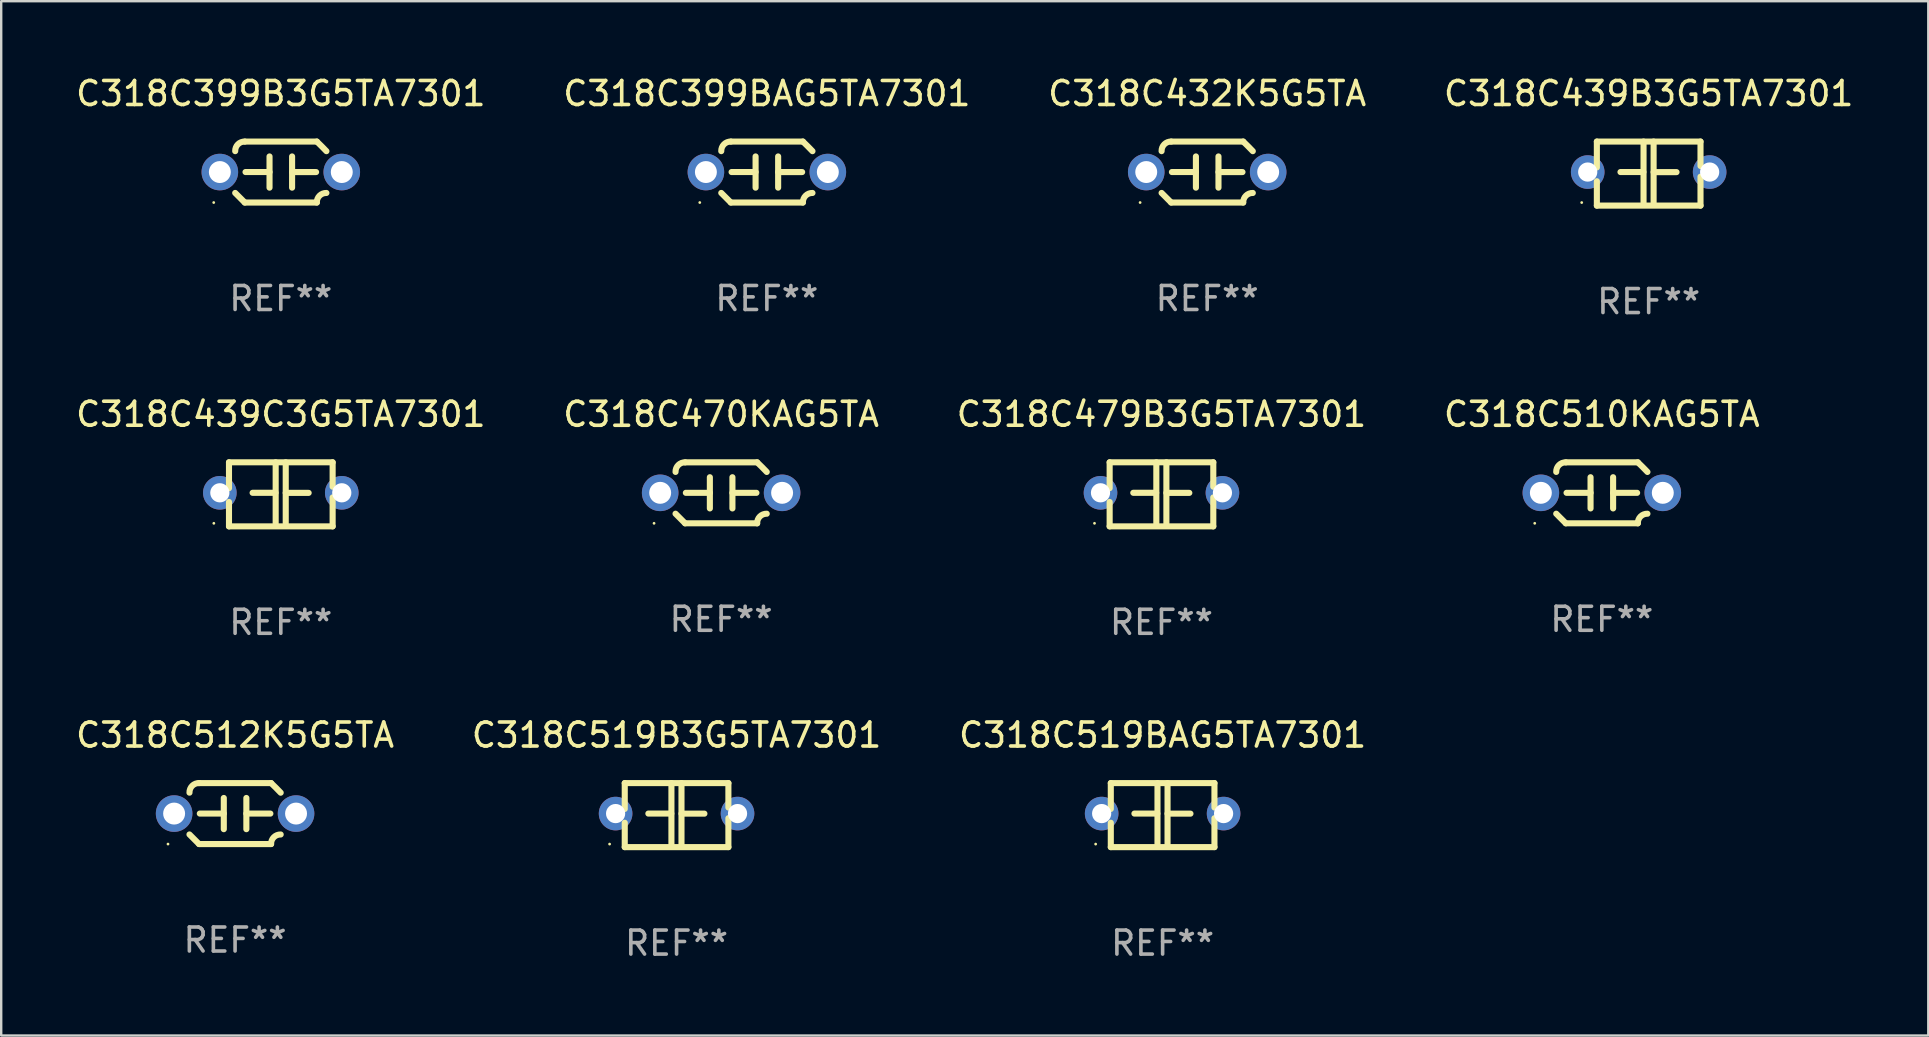
<source format=kicad_pcb>
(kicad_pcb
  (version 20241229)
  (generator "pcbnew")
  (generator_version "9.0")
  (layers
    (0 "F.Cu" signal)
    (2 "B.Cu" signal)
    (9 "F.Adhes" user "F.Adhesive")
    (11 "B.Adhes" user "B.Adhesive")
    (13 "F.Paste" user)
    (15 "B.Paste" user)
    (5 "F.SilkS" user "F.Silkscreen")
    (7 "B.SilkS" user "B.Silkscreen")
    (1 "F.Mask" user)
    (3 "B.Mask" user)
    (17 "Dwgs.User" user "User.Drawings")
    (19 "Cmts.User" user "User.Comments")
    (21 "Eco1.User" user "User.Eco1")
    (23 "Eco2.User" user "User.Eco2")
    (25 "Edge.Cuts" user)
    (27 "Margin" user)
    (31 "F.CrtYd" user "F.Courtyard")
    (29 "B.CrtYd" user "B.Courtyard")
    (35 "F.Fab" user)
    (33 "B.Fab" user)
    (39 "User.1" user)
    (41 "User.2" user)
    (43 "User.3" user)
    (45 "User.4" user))
  (footprint "C318C512K5G5TA"
    (layer "F.Cu")
    (at 6.744 30.845)
    (property "Reference" "C318C512K5G5TA" (at 0 -3.27 0) (layer "F.SilkS") (effects (font (size 1 1) (thickness 0.15))))
    (attr through_hole)
    (fp_line (start -1.5 -1.27) (end 1.5 -1.27) (stroke (width 0.254) (type solid)) (layer "F.SilkS"))
    (fp_line (start -0.47 -0.65) (end -0.47 0.65) (stroke (width 0.254) (type solid)) (layer "F.SilkS"))
    (fp_line (start -0.47 -0.000381) (end -1.47 -0.000381) (stroke (width 0.254) (type solid)) (layer "F.SilkS"))
    (fp_line (start 0.47 0.000356) (end 1.47 0.000356) (stroke (width 0.254) (type solid)) (layer "F.SilkS"))
    (fp_line (start 0.47 0.65) (end 0.47 -0.65) (stroke (width 0.254) (type solid)) (layer "F.SilkS"))
    (fp_line (start 1.5 1.27) (end -1.5 1.27) (stroke (width 0.254) (type solid)) (layer "F.SilkS"))
    (fp_arc (start -1.899924 -0.871221) (mid -1.78599 -1.156887) (end -1.5 -1.270003) (stroke (width 0.254001) (type solid)) (layer "F.SilkS"))
    (fp_arc (start -1.501217 1.269929) (mid -1.700682 1.070039) (end -1.9 0.870003) (stroke (width 0.254001) (type solid)) (layer "F.SilkS"))
    (fp_arc (start 1.5 1.270003) (mid 1.614112 0.984517) (end 1.899923 0.871222) (stroke (width 0.254001) (type solid)) (layer "F.SilkS"))
    (fp_arc (start 1.501219 -1.269927) (mid 1.70319 -1.072538) (end 1.9 -0.870003) (stroke (width 0.254001) (type solid)) (layer "F.SilkS"))
    (fp_circle (center -2.795 1.27) (end -2.765 1.27) (stroke (width 0.06) (type solid)) (fill no) (layer "F.SilkS"))
    (fp_text user "REF**" (at 0 5.27 0) (layer "F.Fab") (effects (font (size 1 1) (thickness 0.15))))
    (pad "1" thru_hole circle (at -2.54 0) (size 1.524 1.524) (drill 0.914) (layers "*.Cu" "*.Mask"))
    (pad "2" thru_hole circle (at 2.54 0) (size 1.524 1.524) (drill 0.914) (layers "*.Cu" "*.Mask")))
  (footprint "C318C470KAG5TA"
    (layer "F.Cu")
    (at 26.994 17.482)
    (property "Reference" "C318C470KAG5TA" (at 0 -3.27 0) (layer "F.SilkS") (effects (font (size 1 1) (thickness 0.15))))
    (attr through_hole)
    (fp_line (start -1.5 -1.27) (end 1.5 -1.27) (stroke (width 0.254) (type solid)) (layer "F.SilkS"))
    (fp_line (start -0.47 -0.65) (end -0.47 0.65) (stroke (width 0.254) (type solid)) (layer "F.SilkS"))
    (fp_line (start -0.47 -0.000381) (end -1.47 -0.000381) (stroke (width 0.254) (type solid)) (layer "F.SilkS"))
    (fp_line (start 0.47 0.000356) (end 1.47 0.000356) (stroke (width 0.254) (type solid)) (layer "F.SilkS"))
    (fp_line (start 0.47 0.65) (end 0.47 -0.65) (stroke (width 0.254) (type solid)) (layer "F.SilkS"))
    (fp_line (start 1.5 1.27) (end -1.5 1.27) (stroke (width 0.254) (type solid)) (layer "F.SilkS"))
    (fp_arc (start -1.899924 -0.871221) (mid -1.78599 -1.156887) (end -1.5 -1.270003) (stroke (width 0.254001) (type solid)) (layer "F.SilkS"))
    (fp_arc (start -1.501217 1.269929) (mid -1.700682 1.070039) (end -1.9 0.870003) (stroke (width 0.254001) (type solid)) (layer "F.SilkS"))
    (fp_arc (start 1.5 1.270003) (mid 1.614112 0.984517) (end 1.899923 0.871222) (stroke (width 0.254001) (type solid)) (layer "F.SilkS"))
    (fp_arc (start 1.501219 -1.269927) (mid 1.70319 -1.072538) (end 1.9 -0.870003) (stroke (width 0.254001) (type solid)) (layer "F.SilkS"))
    (fp_circle (center -2.795 1.27) (end -2.765 1.27) (stroke (width 0.06) (type solid)) (fill no) (layer "F.SilkS"))
    (fp_text user "REF**" (at 0 5.27 0) (layer "F.Fab") (effects (font (size 1 1) (thickness 0.15))))
    (pad "1" thru_hole circle (at -2.54 0) (size 1.524 1.524) (drill 0.914) (layers "*.Cu" "*.Mask"))
    (pad "2" thru_hole circle (at 2.54 0) (size 1.524 1.524) (drill 0.914) (layers "*.Cu" "*.Mask")))
  (footprint "C318C439B3G5TA7301"
    (layer "F.Cu")
    (at 65.637 4.182)
    (property "Reference" "C318C439B3G5TA7301" (at 0 -3.334 0) (layer "F.SilkS") (effects (font (size 1 1) (thickness 0.15))))
    (attr through_hole)
    (fp_line (start -2.159 -1.334) (end 2.159 -1.334) (stroke (width 0.254) (type solid)) (layer "F.SilkS"))
    (fp_line (start -2.159 -0.256) (end -2.159 -1.334) (stroke (width 0.254) (type solid)) (layer "F.SilkS"))
    (fp_line (start -2.159 1.334) (end -2.159 0.318) (stroke (width 0.254) (type solid)) (layer "F.SilkS"))
    (fp_line (start -0.22 -0.064) (end -1.175 -0.064) (stroke (width 0.254) (type solid)) (layer "F.SilkS"))
    (fp_line (start -0.214 -1.334) (end -0.214 1.207) (stroke (width 0.254) (type solid)) (layer "F.SilkS"))
    (fp_line (start 0.205 -1.334) (end 0.205 1.207) (stroke (width 0.254) (type solid)) (layer "F.SilkS"))
    (fp_line (start 0.205 -0.061) (end 1.16 -0.061) (stroke (width 0.254) (type solid)) (layer "F.SilkS"))
    (fp_line (start 2.159 -1.334) (end 2.159 -0.318) (stroke (width 0.254) (type solid)) (layer "F.SilkS"))
    (fp_line (start 2.159 0.129) (end 2.159 1.334) (stroke (width 0.254) (type solid)) (layer "F.SilkS"))
    (fp_line (start 2.159 1.334) (end -2.159 1.334) (stroke (width 0.254) (type solid)) (layer "F.SilkS"))
    (fp_circle (center -2.79 1.207) (end -2.76 1.207) (stroke (width 0.06) (type solid)) (fill no) (layer "F.SilkS"))
    (fp_text user "REF**" (at 0 5.334 0) (layer "F.Fab") (effects (font (size 1 1) (thickness 0.15))))
    (pad "1" thru_hole circle (at -2.54 -0.064) (size 1.4 1.4) (drill 0.8) (layers "*.Cu" "*.Mask"))
    (pad "2" thru_hole circle (at 2.54 -0.064) (size 1.4 1.4) (drill 0.8) (layers "*.Cu" "*.Mask")))
  (footprint "C318C439C3G5TA7301"
    (layer "F.Cu")
    (at 8.649 17.545)
    (property "Reference" "C318C439C3G5TA7301" (at 0 -3.334 0) (layer "F.SilkS") (effects (font (size 1 1) (thickness 0.15))))
    (attr through_hole)
    (fp_line (start -2.159 -1.334) (end 2.159 -1.334) (stroke (width 0.254) (type solid)) (layer "F.SilkS"))
    (fp_line (start -2.159 -0.256) (end -2.159 -1.334) (stroke (width 0.254) (type solid)) (layer "F.SilkS"))
    (fp_line (start -2.159 1.334) (end -2.159 0.318) (stroke (width 0.254) (type solid)) (layer "F.SilkS"))
    (fp_line (start -0.22 -0.064) (end -1.175 -0.064) (stroke (width 0.254) (type solid)) (layer "F.SilkS"))
    (fp_line (start -0.214 -1.334) (end -0.214 1.207) (stroke (width 0.254) (type solid)) (layer "F.SilkS"))
    (fp_line (start 0.205 -1.334) (end 0.205 1.207) (stroke (width 0.254) (type solid)) (layer "F.SilkS"))
    (fp_line (start 0.205 -0.061) (end 1.16 -0.061) (stroke (width 0.254) (type solid)) (layer "F.SilkS"))
    (fp_line (start 2.159 -1.334) (end 2.159 -0.318) (stroke (width 0.254) (type solid)) (layer "F.SilkS"))
    (fp_line (start 2.159 0.129) (end 2.159 1.334) (stroke (width 0.254) (type solid)) (layer "F.SilkS"))
    (fp_line (start 2.159 1.334) (end -2.159 1.334) (stroke (width 0.254) (type solid)) (layer "F.SilkS"))
    (fp_circle (center -2.79 1.207) (end -2.76 1.207) (stroke (width 0.06) (type solid)) (fill no) (layer "F.SilkS"))
    (fp_text user "REF**" (at 0 5.334 0) (layer "F.Fab") (effects (font (size 1 1) (thickness 0.15))))
    (pad "1" thru_hole circle (at -2.54 -0.064) (size 1.4 1.4) (drill 0.8) (layers "*.Cu" "*.Mask"))
    (pad "2" thru_hole circle (at 2.54 -0.064) (size 1.4 1.4) (drill 0.8) (layers "*.Cu" "*.Mask")))
  (footprint "C318C479B3G5TA7301"
    (layer "F.Cu")
    (at 45.339 17.545)
    (property "Reference" "C318C479B3G5TA7301" (at 0 -3.334 0) (layer "F.SilkS") (effects (font (size 1 1) (thickness 0.15))))
    (attr through_hole)
    (fp_line (start -2.159 -1.334) (end 2.159 -1.334) (stroke (width 0.254) (type solid)) (layer "F.SilkS"))
    (fp_line (start -2.159 -0.256) (end -2.159 -1.334) (stroke (width 0.254) (type solid)) (layer "F.SilkS"))
    (fp_line (start -2.159 1.334) (end -2.159 0.318) (stroke (width 0.254) (type solid)) (layer "F.SilkS"))
    (fp_line (start -0.22 -0.064) (end -1.175 -0.064) (stroke (width 0.254) (type solid)) (layer "F.SilkS"))
    (fp_line (start -0.214 -1.334) (end -0.214 1.207) (stroke (width 0.254) (type solid)) (layer "F.SilkS"))
    (fp_line (start 0.205 -1.334) (end 0.205 1.207) (stroke (width 0.254) (type solid)) (layer "F.SilkS"))
    (fp_line (start 0.205 -0.061) (end 1.16 -0.061) (stroke (width 0.254) (type solid)) (layer "F.SilkS"))
    (fp_line (start 2.159 -1.334) (end 2.159 -0.318) (stroke (width 0.254) (type solid)) (layer "F.SilkS"))
    (fp_line (start 2.159 0.129) (end 2.159 1.334) (stroke (width 0.254) (type solid)) (layer "F.SilkS"))
    (fp_line (start 2.159 1.334) (end -2.159 1.334) (stroke (width 0.254) (type solid)) (layer "F.SilkS"))
    (fp_circle (center -2.79 1.207) (end -2.76 1.207) (stroke (width 0.06) (type solid)) (fill no) (layer "F.SilkS"))
    (fp_text user "REF**" (at 0 5.334 0) (layer "F.Fab") (effects (font (size 1 1) (thickness 0.15))))
    (pad "1" thru_hole circle (at -2.54 -0.064) (size 1.4 1.4) (drill 0.8) (layers "*.Cu" "*.Mask"))
    (pad "2" thru_hole circle (at 2.54 -0.064) (size 1.4 1.4) (drill 0.8) (layers "*.Cu" "*.Mask")))
  (footprint "C318C399BAG5TA7301"
    (layer "F.Cu")
    (at 28.899 4.118)
    (property "Reference" "C318C399BAG5TA7301" (at 0 -3.27 0) (layer "F.SilkS") (effects (font (size 1 1) (thickness 0.15))))
    (attr through_hole)
    (fp_line (start -1.5 -1.27) (end 1.5 -1.27) (stroke (width 0.254) (type solid)) (layer "F.SilkS"))
    (fp_line (start -0.47 -0.65) (end -0.47 0.65) (stroke (width 0.254) (type solid)) (layer "F.SilkS"))
    (fp_line (start -0.47 -0.000381) (end -1.47 -0.000381) (stroke (width 0.254) (type solid)) (layer "F.SilkS"))
    (fp_line (start 0.47 0.000356) (end 1.47 0.000356) (stroke (width 0.254) (type solid)) (layer "F.SilkS"))
    (fp_line (start 0.47 0.65) (end 0.47 -0.65) (stroke (width 0.254) (type solid)) (layer "F.SilkS"))
    (fp_line (start 1.5 1.27) (end -1.5 1.27) (stroke (width 0.254) (type solid)) (layer "F.SilkS"))
    (fp_arc (start -1.899924 -0.871221) (mid -1.78599 -1.156887) (end -1.5 -1.270003) (stroke (width 0.254001) (type solid)) (layer "F.SilkS"))
    (fp_arc (start -1.501217 1.269929) (mid -1.700682 1.070039) (end -1.9 0.870003) (stroke (width 0.254001) (type solid)) (layer "F.SilkS"))
    (fp_arc (start 1.5 1.270003) (mid 1.614112 0.984517) (end 1.899923 0.871222) (stroke (width 0.254001) (type solid)) (layer "F.SilkS"))
    (fp_arc (start 1.501219 -1.269927) (mid 1.70319 -1.072538) (end 1.9 -0.870003) (stroke (width 0.254001) (type solid)) (layer "F.SilkS"))
    (fp_circle (center -2.795 1.27) (end -2.765 1.27) (stroke (width 0.06) (type solid)) (fill no) (layer "F.SilkS"))
    (fp_text user "REF**" (at 0 5.27 0) (layer "F.Fab") (effects (font (size 1 1) (thickness 0.15))))
    (pad "1" thru_hole circle (at -2.54 0) (size 1.524 1.524) (drill 0.914) (layers "*.Cu" "*.Mask"))
    (pad "2" thru_hole circle (at 2.54 0) (size 1.524 1.524) (drill 0.914) (layers "*.Cu" "*.Mask")))
  (footprint "C318C510KAG5TA"
    (layer "F.Cu")
    (at 63.685 17.482)
    (property "Reference" "C318C510KAG5TA" (at 0 -3.27 0) (layer "F.SilkS") (effects (font (size 1 1) (thickness 0.15))))
    (attr through_hole)
    (fp_line (start -1.5 -1.27) (end 1.5 -1.27) (stroke (width 0.254) (type solid)) (layer "F.SilkS"))
    (fp_line (start -0.47 -0.65) (end -0.47 0.65) (stroke (width 0.254) (type solid)) (layer "F.SilkS"))
    (fp_line (start -0.47 -0.000381) (end -1.47 -0.000381) (stroke (width 0.254) (type solid)) (layer "F.SilkS"))
    (fp_line (start 0.47 0.000356) (end 1.47 0.000356) (stroke (width 0.254) (type solid)) (layer "F.SilkS"))
    (fp_line (start 0.47 0.65) (end 0.47 -0.65) (stroke (width 0.254) (type solid)) (layer "F.SilkS"))
    (fp_line (start 1.5 1.27) (end -1.5 1.27) (stroke (width 0.254) (type solid)) (layer "F.SilkS"))
    (fp_arc (start -1.899924 -0.871221) (mid -1.78599 -1.156887) (end -1.5 -1.270003) (stroke (width 0.254001) (type solid)) (layer "F.SilkS"))
    (fp_arc (start -1.501217 1.269929) (mid -1.700682 1.070039) (end -1.9 0.870003) (stroke (width 0.254001) (type solid)) (layer "F.SilkS"))
    (fp_arc (start 1.5 1.270003) (mid 1.614112 0.984517) (end 1.899923 0.871222) (stroke (width 0.254001) (type solid)) (layer "F.SilkS"))
    (fp_arc (start 1.501219 -1.269927) (mid 1.70319 -1.072538) (end 1.9 -0.870003) (stroke (width 0.254001) (type solid)) (layer "F.SilkS"))
    (fp_circle (center -2.795 1.27) (end -2.765 1.27) (stroke (width 0.06) (type solid)) (fill no) (layer "F.SilkS"))
    (fp_text user "REF**" (at 0 5.27 0) (layer "F.Fab") (effects (font (size 1 1) (thickness 0.15))))
    (pad "1" thru_hole circle (at -2.54 0) (size 1.524 1.524) (drill 0.914) (layers "*.Cu" "*.Mask"))
    (pad "2" thru_hole circle (at 2.54 0) (size 1.524 1.524) (drill 0.914) (layers "*.Cu" "*.Mask")))
  (footprint "C318C519B3G5TA7301"
    (layer "F.Cu")
    (at 25.137 30.909)
    (property "Reference" "C318C519B3G5TA7301" (at 0 -3.334 0) (layer "F.SilkS") (effects (font (size 1 1) (thickness 0.15))))
    (attr through_hole)
    (fp_line (start -2.159 -1.334) (end 2.159 -1.334) (stroke (width 0.254) (type solid)) (layer "F.SilkS"))
    (fp_line (start -2.159 -0.256) (end -2.159 -1.334) (stroke (width 0.254) (type solid)) (layer "F.SilkS"))
    (fp_line (start -2.159 1.334) (end -2.159 0.318) (stroke (width 0.254) (type solid)) (layer "F.SilkS"))
    (fp_line (start -0.22 -0.064) (end -1.175 -0.064) (stroke (width 0.254) (type solid)) (layer "F.SilkS"))
    (fp_line (start -0.214 -1.334) (end -0.214 1.207) (stroke (width 0.254) (type solid)) (layer "F.SilkS"))
    (fp_line (start 0.205 -1.334) (end 0.205 1.207) (stroke (width 0.254) (type solid)) (layer "F.SilkS"))
    (fp_line (start 0.205 -0.061) (end 1.16 -0.061) (stroke (width 0.254) (type solid)) (layer "F.SilkS"))
    (fp_line (start 2.159 -1.334) (end 2.159 -0.318) (stroke (width 0.254) (type solid)) (layer "F.SilkS"))
    (fp_line (start 2.159 0.129) (end 2.159 1.334) (stroke (width 0.254) (type solid)) (layer "F.SilkS"))
    (fp_line (start 2.159 1.334) (end -2.159 1.334) (stroke (width 0.254) (type solid)) (layer "F.SilkS"))
    (fp_circle (center -2.79 1.207) (end -2.76 1.207) (stroke (width 0.06) (type solid)) (fill no) (layer "F.SilkS"))
    (fp_text user "REF**" (at 0 5.334 0) (layer "F.Fab") (effects (font (size 1 1) (thickness 0.15))))
    (pad "1" thru_hole circle (at -2.54 -0.064) (size 1.4 1.4) (drill 0.8) (layers "*.Cu" "*.Mask"))
    (pad "2" thru_hole circle (at 2.54 -0.064) (size 1.4 1.4) (drill 0.8) (layers "*.Cu" "*.Mask")))
  (footprint "C318C399B3G5TA7301"
    (layer "F.Cu")
    (at 8.649 4.118)
    (property "Reference" "C318C399B3G5TA7301" (at 0 -3.27 0) (layer "F.SilkS") (effects (font (size 1 1) (thickness 0.15))))
    (attr through_hole)
    (fp_line (start -1.5 -1.27) (end 1.5 -1.27) (stroke (width 0.254) (type solid)) (layer "F.SilkS"))
    (fp_line (start -0.47 -0.65) (end -0.47 0.65) (stroke (width 0.254) (type solid)) (layer "F.SilkS"))
    (fp_line (start -0.47 -0.000381) (end -1.47 -0.000381) (stroke (width 0.254) (type solid)) (layer "F.SilkS"))
    (fp_line (start 0.47 0.000356) (end 1.47 0.000356) (stroke (width 0.254) (type solid)) (layer "F.SilkS"))
    (fp_line (start 0.47 0.65) (end 0.47 -0.65) (stroke (width 0.254) (type solid)) (layer "F.SilkS"))
    (fp_line (start 1.5 1.27) (end -1.5 1.27) (stroke (width 0.254) (type solid)) (layer "F.SilkS"))
    (fp_arc (start -1.899924 -0.871221) (mid -1.78599 -1.156887) (end -1.5 -1.270003) (stroke (width 0.254001) (type solid)) (layer "F.SilkS"))
    (fp_arc (start -1.501217 1.269929) (mid -1.700682 1.070039) (end -1.9 0.870003) (stroke (width 0.254001) (type solid)) (layer "F.SilkS"))
    (fp_arc (start 1.5 1.270003) (mid 1.614112 0.984517) (end 1.899923 0.871222) (stroke (width 0.254001) (type solid)) (layer "F.SilkS"))
    (fp_arc (start 1.501219 -1.269927) (mid 1.70319 -1.072538) (end 1.9 -0.870003) (stroke (width 0.254001) (type solid)) (layer "F.SilkS"))
    (fp_circle (center -2.795 1.27) (end -2.765 1.27) (stroke (width 0.06) (type solid)) (fill no) (layer "F.SilkS"))
    (fp_text user "REF**" (at 0 5.27 0) (layer "F.Fab") (effects (font (size 1 1) (thickness 0.15))))
    (pad "1" thru_hole circle (at -2.54 0) (size 1.524 1.524) (drill 0.914) (layers "*.Cu" "*.Mask"))
    (pad "2" thru_hole circle (at 2.54 0) (size 1.524 1.524) (drill 0.914) (layers "*.Cu" "*.Mask")))
  (footprint "C318C432K5G5TA"
    (layer "F.Cu")
    (at 47.244 4.118)
    (property "Reference" "C318C432K5G5TA" (at 0 -3.27 0) (layer "F.SilkS") (effects (font (size 1 1) (thickness 0.15))))
    (attr through_hole)
    (fp_line (start -1.5 -1.27) (end 1.5 -1.27) (stroke (width 0.254) (type solid)) (layer "F.SilkS"))
    (fp_line (start -0.47 -0.65) (end -0.47 0.65) (stroke (width 0.254) (type solid)) (layer "F.SilkS"))
    (fp_line (start -0.47 -0.000381) (end -1.47 -0.000381) (stroke (width 0.254) (type solid)) (layer "F.SilkS"))
    (fp_line (start 0.47 0.000356) (end 1.47 0.000356) (stroke (width 0.254) (type solid)) (layer "F.SilkS"))
    (fp_line (start 0.47 0.65) (end 0.47 -0.65) (stroke (width 0.254) (type solid)) (layer "F.SilkS"))
    (fp_line (start 1.5 1.27) (end -1.5 1.27) (stroke (width 0.254) (type solid)) (layer "F.SilkS"))
    (fp_arc (start -1.899924 -0.871221) (mid -1.78599 -1.156887) (end -1.5 -1.270003) (stroke (width 0.254001) (type solid)) (layer "F.SilkS"))
    (fp_arc (start -1.501217 1.269929) (mid -1.700682 1.070039) (end -1.9 0.870003) (stroke (width 0.254001) (type solid)) (layer "F.SilkS"))
    (fp_arc (start 1.5 1.270003) (mid 1.614112 0.984517) (end 1.899923 0.871222) (stroke (width 0.254001) (type solid)) (layer "F.SilkS"))
    (fp_arc (start 1.501219 -1.269927) (mid 1.70319 -1.072538) (end 1.9 -0.870003) (stroke (width 0.254001) (type solid)) (layer "F.SilkS"))
    (fp_circle (center -2.795 1.27) (end -2.765 1.27) (stroke (width 0.06) (type solid)) (fill no) (layer "F.SilkS"))
    (fp_text user "REF**" (at 0 5.27 0) (layer "F.Fab") (effects (font (size 1 1) (thickness 0.15))))
    (pad "1" thru_hole circle (at -2.54 0) (size 1.524 1.524) (drill 0.914) (layers "*.Cu" "*.Mask"))
    (pad "2" thru_hole circle (at 2.54 0) (size 1.524 1.524) (drill 0.914) (layers "*.Cu" "*.Mask")))
  (footprint "C318C519BAG5TA7301"
    (layer "F.Cu")
    (at 45.387 30.909)
    (property "Reference" "C318C519BAG5TA7301" (at 0 -3.334 0) (layer "F.SilkS") (effects (font (size 1 1) (thickness 0.15))))
    (attr through_hole)
    (fp_line (start -2.159 -1.334) (end 2.159 -1.334) (stroke (width 0.254) (type solid)) (layer "F.SilkS"))
    (fp_line (start -2.159 -0.256) (end -2.159 -1.334) (stroke (width 0.254) (type solid)) (layer "F.SilkS"))
    (fp_line (start -2.159 1.334) (end -2.159 0.318) (stroke (width 0.254) (type solid)) (layer "F.SilkS"))
    (fp_line (start -0.22 -0.064) (end -1.175 -0.064) (stroke (width 0.254) (type solid)) (layer "F.SilkS"))
    (fp_line (start -0.214 -1.334) (end -0.214 1.207) (stroke (width 0.254) (type solid)) (layer "F.SilkS"))
    (fp_line (start 0.205 -1.334) (end 0.205 1.207) (stroke (width 0.254) (type solid)) (layer "F.SilkS"))
    (fp_line (start 0.205 -0.061) (end 1.16 -0.061) (stroke (width 0.254) (type solid)) (layer "F.SilkS"))
    (fp_line (start 2.159 -1.334) (end 2.159 -0.318) (stroke (width 0.254) (type solid)) (layer "F.SilkS"))
    (fp_line (start 2.159 0.129) (end 2.159 1.334) (stroke (width 0.254) (type solid)) (layer "F.SilkS"))
    (fp_line (start 2.159 1.334) (end -2.159 1.334) (stroke (width 0.254) (type solid)) (layer "F.SilkS"))
    (fp_circle (center -2.79 1.207) (end -2.76 1.207) (stroke (width 0.06) (type solid)) (fill no) (layer "F.SilkS"))
    (fp_text user "REF**" (at 0 5.334 0) (layer "F.Fab") (effects (font (size 1 1) (thickness 0.15))))
    (pad "1" thru_hole circle (at -2.54 -0.064) (size 1.4 1.4) (drill 0.8) (layers "*.Cu" "*.Mask"))
    (pad "2" thru_hole circle (at 2.54 -0.064) (size 1.4 1.4) (drill 0.8) (layers "*.Cu" "*.Mask")))
  (gr_rect
    (start -3 -3)
    (end 77.286 40.091)
    (stroke (width 0.1) (type default))
    (fill no)
    (layer "Edge.Cuts")))
</source>
